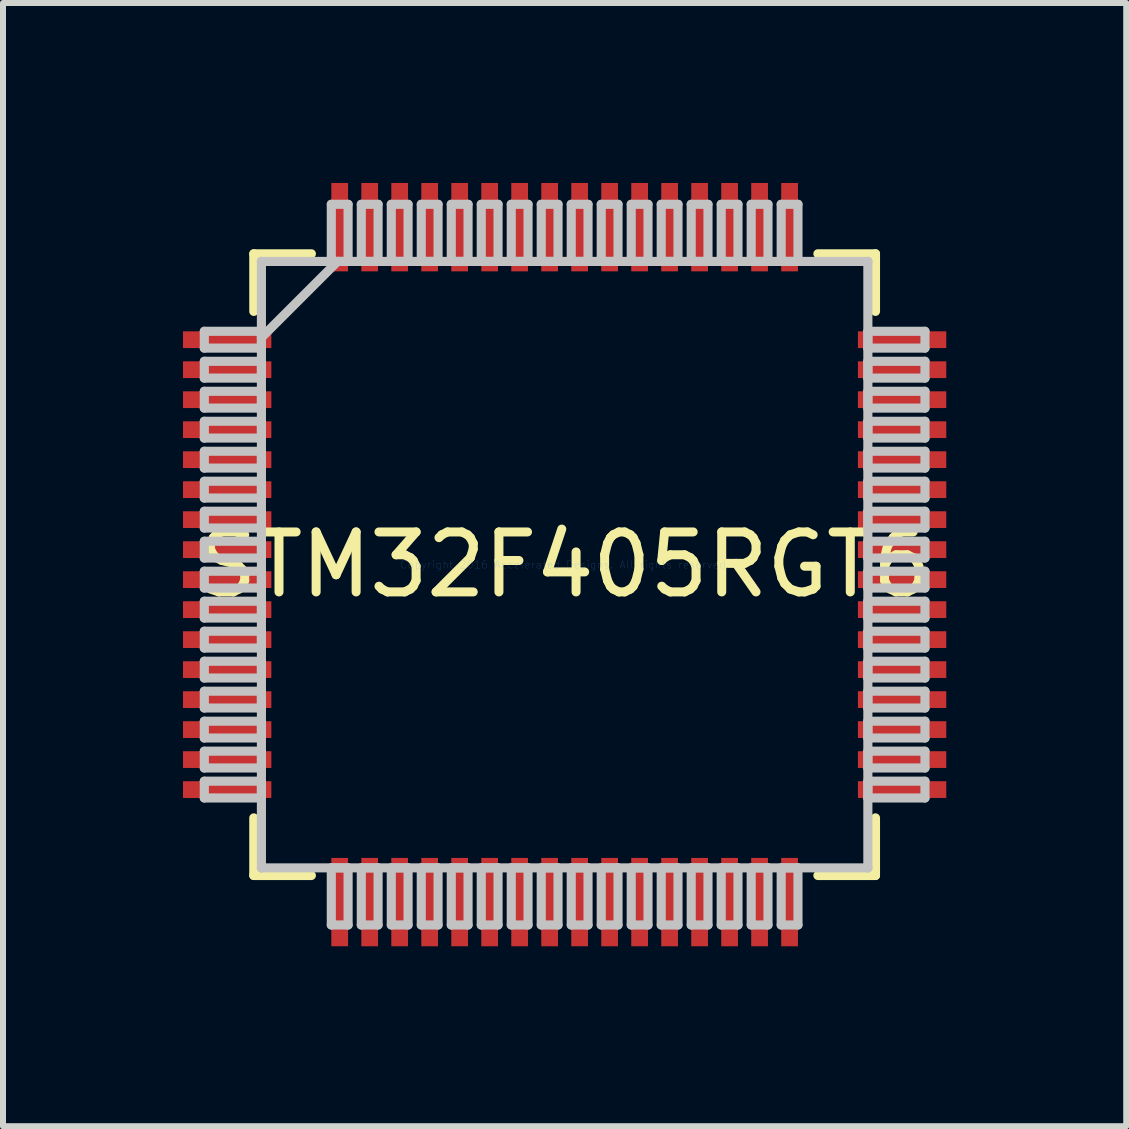
<source format=kicad_pcb>
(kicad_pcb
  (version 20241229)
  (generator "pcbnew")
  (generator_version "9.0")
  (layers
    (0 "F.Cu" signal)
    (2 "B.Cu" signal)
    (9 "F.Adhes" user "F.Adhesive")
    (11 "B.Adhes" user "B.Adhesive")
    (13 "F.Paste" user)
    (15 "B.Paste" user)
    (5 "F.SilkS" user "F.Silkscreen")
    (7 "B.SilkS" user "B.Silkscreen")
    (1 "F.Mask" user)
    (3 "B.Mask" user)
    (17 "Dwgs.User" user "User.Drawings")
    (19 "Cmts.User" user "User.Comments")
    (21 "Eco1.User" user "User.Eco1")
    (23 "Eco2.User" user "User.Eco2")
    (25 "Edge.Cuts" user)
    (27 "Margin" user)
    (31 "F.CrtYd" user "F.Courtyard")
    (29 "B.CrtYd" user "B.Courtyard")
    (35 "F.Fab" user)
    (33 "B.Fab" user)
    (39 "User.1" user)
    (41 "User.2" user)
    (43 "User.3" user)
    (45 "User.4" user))
  (footprint "STM32F405RGT6"
    (layer "F.Cu")
    (at 6.363 6.363)
    (property "Reference" "STM32F405RGT6" (at 0 0 0) (layer "F.SilkS") (effects (font (size 1 1) (thickness 0.15))))
    (attr through_hole)
    (fp_line (start -5.182 -5.182) (end -5.182 -4.222) (stroke (width 0.152) (type solid)) (layer "F.SilkS"))
    (fp_line (start -5.182 4.222) (end -5.182 5.182) (stroke (width 0.152) (type solid)) (layer "F.SilkS"))
    (fp_line (start -5.182 5.182) (end -4.222 5.182) (stroke (width 0.152) (type solid)) (layer "F.SilkS"))
    (fp_line (start -4.222 -5.182) (end -5.182 -5.182) (stroke (width 0.152) (type solid)) (layer "F.SilkS"))
    (fp_line (start 4.222 5.182) (end 5.182 5.182) (stroke (width 0.152) (type solid)) (layer "F.SilkS"))
    (fp_line (start 5.182 -5.182) (end 4.222 -5.182) (stroke (width 0.152) (type solid)) (layer "F.SilkS"))
    (fp_line (start 5.182 -4.222) (end 5.182 -5.182) (stroke (width 0.152) (type solid)) (layer "F.SilkS"))
    (fp_line (start 5.182 5.182) (end 5.182 4.222) (stroke (width 0.152) (type solid)) (layer "F.SilkS"))
    (fp_line (start -6.007 -3.89) (end -6.007 -3.61) (stroke (width 0.152) (type solid)) (layer "Dwgs.User"))
    (fp_line (start -6.007 -3.61) (end -5.055 -3.61) (stroke (width 0.152) (type solid)) (layer "Dwgs.User"))
    (fp_line (start -6.007 -3.39) (end -6.007 -3.11) (stroke (width 0.152) (type solid)) (layer "Dwgs.User"))
    (fp_line (start -6.007 -3.11) (end -5.055 -3.11) (stroke (width 0.152) (type solid)) (layer "Dwgs.User"))
    (fp_line (start -6.007 -2.89) (end -6.007 -2.61) (stroke (width 0.152) (type solid)) (layer "Dwgs.User"))
    (fp_line (start -6.007 -2.61) (end -5.055 -2.61) (stroke (width 0.152) (type solid)) (layer "Dwgs.User"))
    (fp_line (start -6.007 -2.39) (end -6.007 -2.11) (stroke (width 0.152) (type solid)) (layer "Dwgs.User"))
    (fp_line (start -6.007 -2.11) (end -5.055 -2.11) (stroke (width 0.152) (type solid)) (layer "Dwgs.User"))
    (fp_line (start -6.007 -1.89) (end -6.007 -1.61) (stroke (width 0.152) (type solid)) (layer "Dwgs.User"))
    (fp_line (start -6.007 -1.61) (end -5.055 -1.61) (stroke (width 0.152) (type solid)) (layer "Dwgs.User"))
    (fp_line (start -6.007 -1.39) (end -6.007 -1.11) (stroke (width 0.152) (type solid)) (layer "Dwgs.User"))
    (fp_line (start -6.007 -1.11) (end -5.055 -1.11) (stroke (width 0.152) (type solid)) (layer "Dwgs.User"))
    (fp_line (start -6.007 -0.89) (end -6.007 -0.61) (stroke (width 0.152) (type solid)) (layer "Dwgs.User"))
    (fp_line (start -6.007 -0.61) (end -5.055 -0.61) (stroke (width 0.152) (type solid)) (layer "Dwgs.User"))
    (fp_line (start -6.007 -0.39) (end -6.007 -0.11) (stroke (width 0.152) (type solid)) (layer "Dwgs.User"))
    (fp_line (start -6.007 -0.11) (end -5.055 -0.11) (stroke (width 0.152) (type solid)) (layer "Dwgs.User"))
    (fp_line (start -6.007 0.11) (end -6.007 0.39) (stroke (width 0.152) (type solid)) (layer "Dwgs.User"))
    (fp_line (start -6.007 0.39) (end -5.055 0.39) (stroke (width 0.152) (type solid)) (layer "Dwgs.User"))
    (fp_line (start -6.007 0.61) (end -6.007 0.89) (stroke (width 0.152) (type solid)) (layer "Dwgs.User"))
    (fp_line (start -6.007 0.89) (end -5.055 0.89) (stroke (width 0.152) (type solid)) (layer "Dwgs.User"))
    (fp_line (start -6.007 1.11) (end -6.007 1.39) (stroke (width 0.152) (type solid)) (layer "Dwgs.User"))
    (fp_line (start -6.007 1.39) (end -5.055 1.39) (stroke (width 0.152) (type solid)) (layer "Dwgs.User"))
    (fp_line (start -6.007 1.61) (end -6.007 1.89) (stroke (width 0.152) (type solid)) (layer "Dwgs.User"))
    (fp_line (start -6.007 1.89) (end -5.055 1.89) (stroke (width 0.152) (type solid)) (layer "Dwgs.User"))
    (fp_line (start -6.007 2.11) (end -6.007 2.39) (stroke (width 0.152) (type solid)) (layer "Dwgs.User"))
    (fp_line (start -6.007 2.39) (end -5.055 2.39) (stroke (width 0.152) (type solid)) (layer "Dwgs.User"))
    (fp_line (start -6.007 2.61) (end -6.007 2.89) (stroke (width 0.152) (type solid)) (layer "Dwgs.User"))
    (fp_line (start -6.007 2.89) (end -5.055 2.89) (stroke (width 0.152) (type solid)) (layer "Dwgs.User"))
    (fp_line (start -6.007 3.11) (end -6.007 3.39) (stroke (width 0.152) (type solid)) (layer "Dwgs.User"))
    (fp_line (start -6.007 3.39) (end -5.055 3.39) (stroke (width 0.152) (type solid)) (layer "Dwgs.User"))
    (fp_line (start -6.007 3.61) (end -6.007 3.89) (stroke (width 0.152) (type solid)) (layer "Dwgs.User"))
    (fp_line (start -6.007 3.89) (end -5.055 3.89) (stroke (width 0.152) (type solid)) (layer "Dwgs.User"))
    (fp_line (start -5.055 -5.055) (end -5.055 -5.055) (stroke (width 0.152) (type solid)) (layer "Dwgs.User"))
    (fp_line (start -5.055 -5.055) (end -5.055 5.055) (stroke (width 0.152) (type solid)) (layer "Dwgs.User"))
    (fp_line (start -5.055 -3.89) (end -6.007 -3.89) (stroke (width 0.152) (type solid)) (layer "Dwgs.User"))
    (fp_line (start -5.055 -3.785) (end -3.785 -5.055) (stroke (width 0.152) (type solid)) (layer "Dwgs.User"))
    (fp_line (start -5.055 -3.61) (end -5.055 -3.89) (stroke (width 0.152) (type solid)) (layer "Dwgs.User"))
    (fp_line (start -5.055 -3.39) (end -6.007 -3.39) (stroke (width 0.152) (type solid)) (layer "Dwgs.User"))
    (fp_line (start -5.055 -3.11) (end -5.055 -3.39) (stroke (width 0.152) (type solid)) (layer "Dwgs.User"))
    (fp_line (start -5.055 -2.89) (end -6.007 -2.89) (stroke (width 0.152) (type solid)) (layer "Dwgs.User"))
    (fp_line (start -5.055 -2.61) (end -5.055 -2.89) (stroke (width 0.152) (type solid)) (layer "Dwgs.User"))
    (fp_line (start -5.055 -2.39) (end -6.007 -2.39) (stroke (width 0.152) (type solid)) (layer "Dwgs.User"))
    (fp_line (start -5.055 -2.11) (end -5.055 -2.39) (stroke (width 0.152) (type solid)) (layer "Dwgs.User"))
    (fp_line (start -5.055 -1.89) (end -6.007 -1.89) (stroke (width 0.152) (type solid)) (layer "Dwgs.User"))
    (fp_line (start -5.055 -1.61) (end -5.055 -1.89) (stroke (width 0.152) (type solid)) (layer "Dwgs.User"))
    (fp_line (start -5.055 -1.39) (end -6.007 -1.39) (stroke (width 0.152) (type solid)) (layer "Dwgs.User"))
    (fp_line (start -5.055 -1.11) (end -5.055 -1.39) (stroke (width 0.152) (type solid)) (layer "Dwgs.User"))
    (fp_line (start -5.055 -0.89) (end -6.007 -0.89) (stroke (width 0.152) (type solid)) (layer "Dwgs.User"))
    (fp_line (start -5.055 -0.61) (end -5.055 -0.89) (stroke (width 0.152) (type solid)) (layer "Dwgs.User"))
    (fp_line (start -5.055 -0.39) (end -6.007 -0.39) (stroke (width 0.152) (type solid)) (layer "Dwgs.User"))
    (fp_line (start -5.055 -0.11) (end -5.055 -0.39) (stroke (width 0.152) (type solid)) (layer "Dwgs.User"))
    (fp_line (start -5.055 0.11) (end -6.007 0.11) (stroke (width 0.152) (type solid)) (layer "Dwgs.User"))
    (fp_line (start -5.055 0.39) (end -5.055 0.11) (stroke (width 0.152) (type solid)) (layer "Dwgs.User"))
    (fp_line (start -5.055 0.61) (end -6.007 0.61) (stroke (width 0.152) (type solid)) (layer "Dwgs.User"))
    (fp_line (start -5.055 0.89) (end -5.055 0.61) (stroke (width 0.152) (type solid)) (layer "Dwgs.User"))
    (fp_line (start -5.055 1.11) (end -6.007 1.11) (stroke (width 0.152) (type solid)) (layer "Dwgs.User"))
    (fp_line (start -5.055 1.39) (end -5.055 1.11) (stroke (width 0.152) (type solid)) (layer "Dwgs.User"))
    (fp_line (start -5.055 1.61) (end -6.007 1.61) (stroke (width 0.152) (type solid)) (layer "Dwgs.User"))
    (fp_line (start -5.055 1.89) (end -5.055 1.61) (stroke (width 0.152) (type solid)) (layer "Dwgs.User"))
    (fp_line (start -5.055 2.11) (end -6.007 2.11) (stroke (width 0.152) (type solid)) (layer "Dwgs.User"))
    (fp_line (start -5.055 2.39) (end -5.055 2.11) (stroke (width 0.152) (type solid)) (layer "Dwgs.User"))
    (fp_line (start -5.055 2.61) (end -6.007 2.61) (stroke (width 0.152) (type solid)) (layer "Dwgs.User"))
    (fp_line (start -5.055 2.89) (end -5.055 2.61) (stroke (width 0.152) (type solid)) (layer "Dwgs.User"))
    (fp_line (start -5.055 3.11) (end -6.007 3.11) (stroke (width 0.152) (type solid)) (layer "Dwgs.User"))
    (fp_line (start -5.055 3.39) (end -5.055 3.11) (stroke (width 0.152) (type solid)) (layer "Dwgs.User"))
    (fp_line (start -5.055 3.61) (end -6.007 3.61) (stroke (width 0.152) (type solid)) (layer "Dwgs.User"))
    (fp_line (start -5.055 3.89) (end -5.055 3.61) (stroke (width 0.152) (type solid)) (layer "Dwgs.User"))
    (fp_line (start -5.055 5.055) (end -5.055 5.055) (stroke (width 0.152) (type solid)) (layer "Dwgs.User"))
    (fp_line (start -5.055 5.055) (end 5.055 5.055) (stroke (width 0.152) (type solid)) (layer "Dwgs.User"))
    (fp_line (start -3.89 -6.007) (end -3.89 -5.055) (stroke (width 0.152) (type solid)) (layer "Dwgs.User"))
    (fp_line (start -3.89 -5.055) (end -3.61 -5.055) (stroke (width 0.152) (type solid)) (layer "Dwgs.User"))
    (fp_line (start -3.89 5.055) (end -3.89 6.007) (stroke (width 0.152) (type solid)) (layer "Dwgs.User"))
    (fp_line (start -3.89 6.007) (end -3.61 6.007) (stroke (width 0.152) (type solid)) (layer "Dwgs.User"))
    (fp_line (start -3.61 -6.007) (end -3.89 -6.007) (stroke (width 0.152) (type solid)) (layer "Dwgs.User"))
    (fp_line (start -3.61 -5.055) (end -3.61 -6.007) (stroke (width 0.152) (type solid)) (layer "Dwgs.User"))
    (fp_line (start -3.61 5.055) (end -3.89 5.055) (stroke (width 0.152) (type solid)) (layer "Dwgs.User"))
    (fp_line (start -3.61 6.007) (end -3.61 5.055) (stroke (width 0.152) (type solid)) (layer "Dwgs.User"))
    (fp_line (start -3.39 -6.007) (end -3.39 -5.055) (stroke (width 0.152) (type solid)) (layer "Dwgs.User"))
    (fp_line (start -3.39 -5.055) (end -3.11 -5.055) (stroke (width 0.152) (type solid)) (layer "Dwgs.User"))
    (fp_line (start -3.39 5.055) (end -3.39 6.007) (stroke (width 0.152) (type solid)) (layer "Dwgs.User"))
    (fp_line (start -3.39 6.007) (end -3.11 6.007) (stroke (width 0.152) (type solid)) (layer "Dwgs.User"))
    (fp_line (start -3.11 -6.007) (end -3.39 -6.007) (stroke (width 0.152) (type solid)) (layer "Dwgs.User"))
    (fp_line (start -3.11 -5.055) (end -3.11 -6.007) (stroke (width 0.152) (type solid)) (layer "Dwgs.User"))
    (fp_line (start -3.11 5.055) (end -3.39 5.055) (stroke (width 0.152) (type solid)) (layer "Dwgs.User"))
    (fp_line (start -3.11 6.007) (end -3.11 5.055) (stroke (width 0.152) (type solid)) (layer "Dwgs.User"))
    (fp_line (start -2.89 -6.007) (end -2.89 -5.055) (stroke (width 0.152) (type solid)) (layer "Dwgs.User"))
    (fp_line (start -2.89 -5.055) (end -2.61 -5.055) (stroke (width 0.152) (type solid)) (layer "Dwgs.User"))
    (fp_line (start -2.89 5.055) (end -2.89 6.007) (stroke (width 0.152) (type solid)) (layer "Dwgs.User"))
    (fp_line (start -2.89 6.007) (end -2.61 6.007) (stroke (width 0.152) (type solid)) (layer "Dwgs.User"))
    (fp_line (start -2.61 -6.007) (end -2.89 -6.007) (stroke (width 0.152) (type solid)) (layer "Dwgs.User"))
    (fp_line (start -2.61 -5.055) (end -2.61 -6.007) (stroke (width 0.152) (type solid)) (layer "Dwgs.User"))
    (fp_line (start -2.61 5.055) (end -2.89 5.055) (stroke (width 0.152) (type solid)) (layer "Dwgs.User"))
    (fp_line (start -2.61 6.007) (end -2.61 5.055) (stroke (width 0.152) (type solid)) (layer "Dwgs.User"))
    (fp_line (start -2.39 -6.007) (end -2.39 -5.055) (stroke (width 0.152) (type solid)) (layer "Dwgs.User"))
    (fp_line (start -2.39 -5.055) (end -2.11 -5.055) (stroke (width 0.152) (type solid)) (layer "Dwgs.User"))
    (fp_line (start -2.39 5.055) (end -2.39 6.007) (stroke (width 0.152) (type solid)) (layer "Dwgs.User"))
    (fp_line (start -2.39 6.007) (end -2.11 6.007) (stroke (width 0.152) (type solid)) (layer "Dwgs.User"))
    (fp_line (start -2.11 -6.007) (end -2.39 -6.007) (stroke (width 0.152) (type solid)) (layer "Dwgs.User"))
    (fp_line (start -2.11 -5.055) (end -2.11 -6.007) (stroke (width 0.152) (type solid)) (layer "Dwgs.User"))
    (fp_line (start -2.11 5.055) (end -2.39 5.055) (stroke (width 0.152) (type solid)) (layer "Dwgs.User"))
    (fp_line (start -2.11 6.007) (end -2.11 5.055) (stroke (width 0.152) (type solid)) (layer "Dwgs.User"))
    (fp_line (start -1.89 -6.007) (end -1.89 -5.055) (stroke (width 0.152) (type solid)) (layer "Dwgs.User"))
    (fp_line (start -1.89 -5.055) (end -1.61 -5.055) (stroke (width 0.152) (type solid)) (layer "Dwgs.User"))
    (fp_line (start -1.89 5.055) (end -1.89 6.007) (stroke (width 0.152) (type solid)) (layer "Dwgs.User"))
    (fp_line (start -1.89 6.007) (end -1.61 6.007) (stroke (width 0.152) (type solid)) (layer "Dwgs.User"))
    (fp_line (start -1.61 -6.007) (end -1.89 -6.007) (stroke (width 0.152) (type solid)) (layer "Dwgs.User"))
    (fp_line (start -1.61 -5.055) (end -1.61 -6.007) (stroke (width 0.152) (type solid)) (layer "Dwgs.User"))
    (fp_line (start -1.61 5.055) (end -1.89 5.055) (stroke (width 0.152) (type solid)) (layer "Dwgs.User"))
    (fp_line (start -1.61 6.007) (end -1.61 5.055) (stroke (width 0.152) (type solid)) (layer "Dwgs.User"))
    (fp_line (start -1.39 -6.007) (end -1.39 -5.055) (stroke (width 0.152) (type solid)) (layer "Dwgs.User"))
    (fp_line (start -1.39 -5.055) (end -1.11 -5.055) (stroke (width 0.152) (type solid)) (layer "Dwgs.User"))
    (fp_line (start -1.39 5.055) (end -1.39 6.007) (stroke (width 0.152) (type solid)) (layer "Dwgs.User"))
    (fp_line (start -1.39 6.007) (end -1.11 6.007) (stroke (width 0.152) (type solid)) (layer "Dwgs.User"))
    (fp_line (start -1.11 -6.007) (end -1.39 -6.007) (stroke (width 0.152) (type solid)) (layer "Dwgs.User"))
    (fp_line (start -1.11 -5.055) (end -1.11 -6.007) (stroke (width 0.152) (type solid)) (layer "Dwgs.User"))
    (fp_line (start -1.11 5.055) (end -1.39 5.055) (stroke (width 0.152) (type solid)) (layer "Dwgs.User"))
    (fp_line (start -1.11 6.007) (end -1.11 5.055) (stroke (width 0.152) (type solid)) (layer "Dwgs.User"))
    (fp_line (start -0.89 -6.007) (end -0.89 -5.055) (stroke (width 0.152) (type solid)) (layer "Dwgs.User"))
    (fp_line (start -0.89 -5.055) (end -0.61 -5.055) (stroke (width 0.152) (type solid)) (layer "Dwgs.User"))
    (fp_line (start -0.89 5.055) (end -0.89 6.007) (stroke (width 0.152) (type solid)) (layer "Dwgs.User"))
    (fp_line (start -0.89 6.007) (end -0.61 6.007) (stroke (width 0.152) (type solid)) (layer "Dwgs.User"))
    (fp_line (start -0.61 -6.007) (end -0.89 -6.007) (stroke (width 0.152) (type solid)) (layer "Dwgs.User"))
    (fp_line (start -0.61 -5.055) (end -0.61 -6.007) (stroke (width 0.152) (type solid)) (layer "Dwgs.User"))
    (fp_line (start -0.61 5.055) (end -0.89 5.055) (stroke (width 0.152) (type solid)) (layer "Dwgs.User"))
    (fp_line (start -0.61 6.007) (end -0.61 5.055) (stroke (width 0.152) (type solid)) (layer "Dwgs.User"))
    (fp_line (start -0.39 -6.007) (end -0.39 -5.055) (stroke (width 0.152) (type solid)) (layer "Dwgs.User"))
    (fp_line (start -0.39 -5.055) (end -0.11 -5.055) (stroke (width 0.152) (type solid)) (layer "Dwgs.User"))
    (fp_line (start -0.39 5.055) (end -0.39 6.007) (stroke (width 0.152) (type solid)) (layer "Dwgs.User"))
    (fp_line (start -0.39 6.007) (end -0.11 6.007) (stroke (width 0.152) (type solid)) (layer "Dwgs.User"))
    (fp_line (start -0.11 -6.007) (end -0.39 -6.007) (stroke (width 0.152) (type solid)) (layer "Dwgs.User"))
    (fp_line (start -0.11 -5.055) (end -0.11 -6.007) (stroke (width 0.152) (type solid)) (layer "Dwgs.User"))
    (fp_line (start -0.11 5.055) (end -0.39 5.055) (stroke (width 0.152) (type solid)) (layer "Dwgs.User"))
    (fp_line (start -0.11 6.007) (end -0.11 5.055) (stroke (width 0.152) (type solid)) (layer "Dwgs.User"))
    (fp_line (start 0.11 -6.007) (end 0.11 -5.055) (stroke (width 0.152) (type solid)) (layer "Dwgs.User"))
    (fp_line (start 0.11 -5.055) (end 0.39 -5.055) (stroke (width 0.152) (type solid)) (layer "Dwgs.User"))
    (fp_line (start 0.11 5.055) (end 0.11 6.007) (stroke (width 0.152) (type solid)) (layer "Dwgs.User"))
    (fp_line (start 0.11 6.007) (end 0.39 6.007) (stroke (width 0.152) (type solid)) (layer "Dwgs.User"))
    (fp_line (start 0.39 -6.007) (end 0.11 -6.007) (stroke (width 0.152) (type solid)) (layer "Dwgs.User"))
    (fp_line (start 0.39 -5.055) (end 0.39 -6.007) (stroke (width 0.152) (type solid)) (layer "Dwgs.User"))
    (fp_line (start 0.39 5.055) (end 0.11 5.055) (stroke (width 0.152) (type solid)) (layer "Dwgs.User"))
    (fp_line (start 0.39 6.007) (end 0.39 5.055) (stroke (width 0.152) (type solid)) (layer "Dwgs.User"))
    (fp_line (start 0.61 -6.007) (end 0.61 -5.055) (stroke (width 0.152) (type solid)) (layer "Dwgs.User"))
    (fp_line (start 0.61 -5.055) (end 0.89 -5.055) (stroke (width 0.152) (type solid)) (layer "Dwgs.User"))
    (fp_line (start 0.61 5.055) (end 0.61 6.007) (stroke (width 0.152) (type solid)) (layer "Dwgs.User"))
    (fp_line (start 0.61 6.007) (end 0.89 6.007) (stroke (width 0.152) (type solid)) (layer "Dwgs.User"))
    (fp_line (start 0.89 -6.007) (end 0.61 -6.007) (stroke (width 0.152) (type solid)) (layer "Dwgs.User"))
    (fp_line (start 0.89 -5.055) (end 0.89 -6.007) (stroke (width 0.152) (type solid)) (layer "Dwgs.User"))
    (fp_line (start 0.89 5.055) (end 0.61 5.055) (stroke (width 0.152) (type solid)) (layer "Dwgs.User"))
    (fp_line (start 0.89 6.007) (end 0.89 5.055) (stroke (width 0.152) (type solid)) (layer "Dwgs.User"))
    (fp_line (start 1.11 -6.007) (end 1.11 -5.055) (stroke (width 0.152) (type solid)) (layer "Dwgs.User"))
    (fp_line (start 1.11 -5.055) (end 1.39 -5.055) (stroke (width 0.152) (type solid)) (layer "Dwgs.User"))
    (fp_line (start 1.11 5.055) (end 1.11 6.007) (stroke (width 0.152) (type solid)) (layer "Dwgs.User"))
    (fp_line (start 1.11 6.007) (end 1.39 6.007) (stroke (width 0.152) (type solid)) (layer "Dwgs.User"))
    (fp_line (start 1.39 -6.007) (end 1.11 -6.007) (stroke (width 0.152) (type solid)) (layer "Dwgs.User"))
    (fp_line (start 1.39 -5.055) (end 1.39 -6.007) (stroke (width 0.152) (type solid)) (layer "Dwgs.User"))
    (fp_line (start 1.39 5.055) (end 1.11 5.055) (stroke (width 0.152) (type solid)) (layer "Dwgs.User"))
    (fp_line (start 1.39 6.007) (end 1.39 5.055) (stroke (width 0.152) (type solid)) (layer "Dwgs.User"))
    (fp_line (start 1.61 -6.007) (end 1.61 -5.055) (stroke (width 0.152) (type solid)) (layer "Dwgs.User"))
    (fp_line (start 1.61 -5.055) (end 1.89 -5.055) (stroke (width 0.152) (type solid)) (layer "Dwgs.User"))
    (fp_line (start 1.61 5.055) (end 1.61 6.007) (stroke (width 0.152) (type solid)) (layer "Dwgs.User"))
    (fp_line (start 1.61 6.007) (end 1.89 6.007) (stroke (width 0.152) (type solid)) (layer "Dwgs.User"))
    (fp_line (start 1.89 -6.007) (end 1.61 -6.007) (stroke (width 0.152) (type solid)) (layer "Dwgs.User"))
    (fp_line (start 1.89 -5.055) (end 1.89 -6.007) (stroke (width 0.152) (type solid)) (layer "Dwgs.User"))
    (fp_line (start 1.89 5.055) (end 1.61 5.055) (stroke (width 0.152) (type solid)) (layer "Dwgs.User"))
    (fp_line (start 1.89 6.007) (end 1.89 5.055) (stroke (width 0.152) (type solid)) (layer "Dwgs.User"))
    (fp_line (start 2.11 -6.007) (end 2.11 -5.055) (stroke (width 0.152) (type solid)) (layer "Dwgs.User"))
    (fp_line (start 2.11 -5.055) (end 2.39 -5.055) (stroke (width 0.152) (type solid)) (layer "Dwgs.User"))
    (fp_line (start 2.11 5.055) (end 2.11 6.007) (stroke (width 0.152) (type solid)) (layer "Dwgs.User"))
    (fp_line (start 2.11 6.007) (end 2.39 6.007) (stroke (width 0.152) (type solid)) (layer "Dwgs.User"))
    (fp_line (start 2.39 -6.007) (end 2.11 -6.007) (stroke (width 0.152) (type solid)) (layer "Dwgs.User"))
    (fp_line (start 2.39 -5.055) (end 2.39 -6.007) (stroke (width 0.152) (type solid)) (layer "Dwgs.User"))
    (fp_line (start 2.39 5.055) (end 2.11 5.055) (stroke (width 0.152) (type solid)) (layer "Dwgs.User"))
    (fp_line (start 2.39 6.007) (end 2.39 5.055) (stroke (width 0.152) (type solid)) (layer "Dwgs.User"))
    (fp_line (start 2.61 -6.007) (end 2.61 -5.055) (stroke (width 0.152) (type solid)) (layer "Dwgs.User"))
    (fp_line (start 2.61 -5.055) (end 2.89 -5.055) (stroke (width 0.152) (type solid)) (layer "Dwgs.User"))
    (fp_line (start 2.61 5.055) (end 2.61 6.007) (stroke (width 0.152) (type solid)) (layer "Dwgs.User"))
    (fp_line (start 2.61 6.007) (end 2.89 6.007) (stroke (width 0.152) (type solid)) (layer "Dwgs.User"))
    (fp_line (start 2.89 -6.007) (end 2.61 -6.007) (stroke (width 0.152) (type solid)) (layer "Dwgs.User"))
    (fp_line (start 2.89 -5.055) (end 2.89 -6.007) (stroke (width 0.152) (type solid)) (layer "Dwgs.User"))
    (fp_line (start 2.89 5.055) (end 2.61 5.055) (stroke (width 0.152) (type solid)) (layer "Dwgs.User"))
    (fp_line (start 2.89 6.007) (end 2.89 5.055) (stroke (width 0.152) (type solid)) (layer "Dwgs.User"))
    (fp_line (start 3.11 -6.007) (end 3.11 -5.055) (stroke (width 0.152) (type solid)) (layer "Dwgs.User"))
    (fp_line (start 3.11 -5.055) (end 3.39 -5.055) (stroke (width 0.152) (type solid)) (layer "Dwgs.User"))
    (fp_line (start 3.11 5.055) (end 3.11 6.007) (stroke (width 0.152) (type solid)) (layer "Dwgs.User"))
    (fp_line (start 3.11 6.007) (end 3.39 6.007) (stroke (width 0.152) (type solid)) (layer "Dwgs.User"))
    (fp_line (start 3.39 -6.007) (end 3.11 -6.007) (stroke (width 0.152) (type solid)) (layer "Dwgs.User"))
    (fp_line (start 3.39 -5.055) (end 3.39 -6.007) (stroke (width 0.152) (type solid)) (layer "Dwgs.User"))
    (fp_line (start 3.39 5.055) (end 3.11 5.055) (stroke (width 0.152) (type solid)) (layer "Dwgs.User"))
    (fp_line (start 3.39 6.007) (end 3.39 5.055) (stroke (width 0.152) (type solid)) (layer "Dwgs.User"))
    (fp_line (start 3.61 -6.007) (end 3.61 -5.055) (stroke (width 0.152) (type solid)) (layer "Dwgs.User"))
    (fp_line (start 3.61 -5.055) (end 3.89 -5.055) (stroke (width 0.152) (type solid)) (layer "Dwgs.User"))
    (fp_line (start 3.61 5.055) (end 3.61 6.007) (stroke (width 0.152) (type solid)) (layer "Dwgs.User"))
    (fp_line (start 3.61 6.007) (end 3.89 6.007) (stroke (width 0.152) (type solid)) (layer "Dwgs.User"))
    (fp_line (start 3.89 -6.007) (end 3.61 -6.007) (stroke (width 0.152) (type solid)) (layer "Dwgs.User"))
    (fp_line (start 3.89 -5.055) (end 3.89 -6.007) (stroke (width 0.152) (type solid)) (layer "Dwgs.User"))
    (fp_line (start 3.89 5.055) (end 3.61 5.055) (stroke (width 0.152) (type solid)) (layer "Dwgs.User"))
    (fp_line (start 3.89 6.007) (end 3.89 5.055) (stroke (width 0.152) (type solid)) (layer "Dwgs.User"))
    (fp_line (start 5.055 -5.055) (end -5.055 -5.055) (stroke (width 0.152) (type solid)) (layer "Dwgs.User"))
    (fp_line (start 5.055 -5.055) (end 5.055 -5.055) (stroke (width 0.152) (type solid)) (layer "Dwgs.User"))
    (fp_line (start 5.055 -3.89) (end 5.055 -3.61) (stroke (width 0.152) (type solid)) (layer "Dwgs.User"))
    (fp_line (start 5.055 -3.61) (end 6.007 -3.61) (stroke (width 0.152) (type solid)) (layer "Dwgs.User"))
    (fp_line (start 5.055 -3.39) (end 5.055 -3.11) (stroke (width 0.152) (type solid)) (layer "Dwgs.User"))
    (fp_line (start 5.055 -3.11) (end 6.007 -3.11) (stroke (width 0.152) (type solid)) (layer "Dwgs.User"))
    (fp_line (start 5.055 -2.89) (end 5.055 -2.61) (stroke (width 0.152) (type solid)) (layer "Dwgs.User"))
    (fp_line (start 5.055 -2.61) (end 6.007 -2.61) (stroke (width 0.152) (type solid)) (layer "Dwgs.User"))
    (fp_line (start 5.055 -2.39) (end 5.055 -2.11) (stroke (width 0.152) (type solid)) (layer "Dwgs.User"))
    (fp_line (start 5.055 -2.11) (end 6.007 -2.11) (stroke (width 0.152) (type solid)) (layer "Dwgs.User"))
    (fp_line (start 5.055 -1.89) (end 5.055 -1.61) (stroke (width 0.152) (type solid)) (layer "Dwgs.User"))
    (fp_line (start 5.055 -1.61) (end 6.007 -1.61) (stroke (width 0.152) (type solid)) (layer "Dwgs.User"))
    (fp_line (start 5.055 -1.39) (end 5.055 -1.11) (stroke (width 0.152) (type solid)) (layer "Dwgs.User"))
    (fp_line (start 5.055 -1.11) (end 6.007 -1.11) (stroke (width 0.152) (type solid)) (layer "Dwgs.User"))
    (fp_line (start 5.055 -0.89) (end 5.055 -0.61) (stroke (width 0.152) (type solid)) (layer "Dwgs.User"))
    (fp_line (start 5.055 -0.61) (end 6.007 -0.61) (stroke (width 0.152) (type solid)) (layer "Dwgs.User"))
    (fp_line (start 5.055 -0.39) (end 5.055 -0.11) (stroke (width 0.152) (type solid)) (layer "Dwgs.User"))
    (fp_line (start 5.055 -0.11) (end 6.007 -0.11) (stroke (width 0.152) (type solid)) (layer "Dwgs.User"))
    (fp_line (start 5.055 0.11) (end 5.055 0.39) (stroke (width 0.152) (type solid)) (layer "Dwgs.User"))
    (fp_line (start 5.055 0.39) (end 6.007 0.39) (stroke (width 0.152) (type solid)) (layer "Dwgs.User"))
    (fp_line (start 5.055 0.61) (end 5.055 0.89) (stroke (width 0.152) (type solid)) (layer "Dwgs.User"))
    (fp_line (start 5.055 0.89) (end 6.007 0.89) (stroke (width 0.152) (type solid)) (layer "Dwgs.User"))
    (fp_line (start 5.055 1.11) (end 5.055 1.39) (stroke (width 0.152) (type solid)) (layer "Dwgs.User"))
    (fp_line (start 5.055 1.39) (end 6.007 1.39) (stroke (width 0.152) (type solid)) (layer "Dwgs.User"))
    (fp_line (start 5.055 1.61) (end 5.055 1.89) (stroke (width 0.152) (type solid)) (layer "Dwgs.User"))
    (fp_line (start 5.055 1.89) (end 6.007 1.89) (stroke (width 0.152) (type solid)) (layer "Dwgs.User"))
    (fp_line (start 5.055 2.11) (end 5.055 2.39) (stroke (width 0.152) (type solid)) (layer "Dwgs.User"))
    (fp_line (start 5.055 2.39) (end 6.007 2.39) (stroke (width 0.152) (type solid)) (layer "Dwgs.User"))
    (fp_line (start 5.055 2.61) (end 5.055 2.89) (stroke (width 0.152) (type solid)) (layer "Dwgs.User"))
    (fp_line (start 5.055 2.89) (end 6.007 2.89) (stroke (width 0.152) (type solid)) (layer "Dwgs.User"))
    (fp_line (start 5.055 3.11) (end 5.055 3.39) (stroke (width 0.152) (type solid)) (layer "Dwgs.User"))
    (fp_line (start 5.055 3.39) (end 6.007 3.39) (stroke (width 0.152) (type solid)) (layer "Dwgs.User"))
    (fp_line (start 5.055 3.61) (end 5.055 3.89) (stroke (width 0.152) (type solid)) (layer "Dwgs.User"))
    (fp_line (start 5.055 3.89) (end 6.007 3.89) (stroke (width 0.152) (type solid)) (layer "Dwgs.User"))
    (fp_line (start 5.055 5.055) (end 5.055 -5.055) (stroke (width 0.152) (type solid)) (layer "Dwgs.User"))
    (fp_line (start 5.055 5.055) (end 5.055 5.055) (stroke (width 0.152) (type solid)) (layer "Dwgs.User"))
    (fp_line (start 6.007 -3.89) (end 5.055 -3.89) (stroke (width 0.152) (type solid)) (layer "Dwgs.User"))
    (fp_line (start 6.007 -3.61) (end 6.007 -3.89) (stroke (width 0.152) (type solid)) (layer "Dwgs.User"))
    (fp_line (start 6.007 -3.39) (end 5.055 -3.39) (stroke (width 0.152) (type solid)) (layer "Dwgs.User"))
    (fp_line (start 6.007 -3.11) (end 6.007 -3.39) (stroke (width 0.152) (type solid)) (layer "Dwgs.User"))
    (fp_line (start 6.007 -2.89) (end 5.055 -2.89) (stroke (width 0.152) (type solid)) (layer "Dwgs.User"))
    (fp_line (start 6.007 -2.61) (end 6.007 -2.89) (stroke (width 0.152) (type solid)) (layer "Dwgs.User"))
    (fp_line (start 6.007 -2.39) (end 5.055 -2.39) (stroke (width 0.152) (type solid)) (layer "Dwgs.User"))
    (fp_line (start 6.007 -2.11) (end 6.007 -2.39) (stroke (width 0.152) (type solid)) (layer "Dwgs.User"))
    (fp_line (start 6.007 -1.89) (end 5.055 -1.89) (stroke (width 0.152) (type solid)) (layer "Dwgs.User"))
    (fp_line (start 6.007 -1.61) (end 6.007 -1.89) (stroke (width 0.152) (type solid)) (layer "Dwgs.User"))
    (fp_line (start 6.007 -1.39) (end 5.055 -1.39) (stroke (width 0.152) (type solid)) (layer "Dwgs.User"))
    (fp_line (start 6.007 -1.11) (end 6.007 -1.39) (stroke (width 0.152) (type solid)) (layer "Dwgs.User"))
    (fp_line (start 6.007 -0.89) (end 5.055 -0.89) (stroke (width 0.152) (type solid)) (layer "Dwgs.User"))
    (fp_line (start 6.007 -0.61) (end 6.007 -0.89) (stroke (width 0.152) (type solid)) (layer "Dwgs.User"))
    (fp_line (start 6.007 -0.39) (end 5.055 -0.39) (stroke (width 0.152) (type solid)) (layer "Dwgs.User"))
    (fp_line (start 6.007 -0.11) (end 6.007 -0.39) (stroke (width 0.152) (type solid)) (layer "Dwgs.User"))
    (fp_line (start 6.007 0.11) (end 5.055 0.11) (stroke (width 0.152) (type solid)) (layer "Dwgs.User"))
    (fp_line (start 6.007 0.39) (end 6.007 0.11) (stroke (width 0.152) (type solid)) (layer "Dwgs.User"))
    (fp_line (start 6.007 0.61) (end 5.055 0.61) (stroke (width 0.152) (type solid)) (layer "Dwgs.User"))
    (fp_line (start 6.007 0.89) (end 6.007 0.61) (stroke (width 0.152) (type solid)) (layer "Dwgs.User"))
    (fp_line (start 6.007 1.11) (end 5.055 1.11) (stroke (width 0.152) (type solid)) (layer "Dwgs.User"))
    (fp_line (start 6.007 1.39) (end 6.007 1.11) (stroke (width 0.152) (type solid)) (layer "Dwgs.User"))
    (fp_line (start 6.007 1.61) (end 5.055 1.61) (stroke (width 0.152) (type solid)) (layer "Dwgs.User"))
    (fp_line (start 6.007 1.89) (end 6.007 1.61) (stroke (width 0.152) (type solid)) (layer "Dwgs.User"))
    (fp_line (start 6.007 2.11) (end 5.055 2.11) (stroke (width 0.152) (type solid)) (layer "Dwgs.User"))
    (fp_line (start 6.007 2.39) (end 6.007 2.11) (stroke (width 0.152) (type solid)) (layer "Dwgs.User"))
    (fp_line (start 6.007 2.61) (end 5.055 2.61) (stroke (width 0.152) (type solid)) (layer "Dwgs.User"))
    (fp_line (start 6.007 2.89) (end 6.007 2.61) (stroke (width 0.152) (type solid)) (layer "Dwgs.User"))
    (fp_line (start 6.007 3.11) (end 5.055 3.11) (stroke (width 0.152) (type solid)) (layer "Dwgs.User"))
    (fp_line (start 6.007 3.39) (end 6.007 3.11) (stroke (width 0.152) (type solid)) (layer "Dwgs.User"))
    (fp_line (start 6.007 3.61) (end 5.055 3.61) (stroke (width 0.152) (type solid)) (layer "Dwgs.User"))
    (fp_line (start 6.007 3.89) (end 6.007 3.61) (stroke (width 0.152) (type solid)) (layer "Dwgs.User"))
    (fp_text user "Copyright 2016 Accelerated Designs. All rights reserved." (at 0 0 0) (layer "Cmts.User") (effects (font (size 0.127 0.127) (thickness 0.002))))
    (pad "1" smd rect (at -5.626 -3.75 90) (size 0.279 1.473) (layers "F.Cu"))
    (pad "2" smd rect (at -5.626 -3.25 90) (size 0.279 1.473) (layers "F.Cu"))
    (pad "3" smd rect (at -5.626 -2.75 90) (size 0.279 1.473) (layers "F.Cu"))
    (pad "4" smd rect (at -5.626 -2.25 90) (size 0.279 1.473) (layers "F.Cu"))
    (pad "5" smd rect (at -5.626 -1.75 90) (size 0.279 1.473) (layers "F.Cu"))
    (pad "6" smd rect (at -5.626 -1.25 90) (size 0.279 1.473) (layers "F.Cu"))
    (pad "7" smd rect (at -5.626 -0.75 90) (size 0.279 1.473) (layers "F.Cu"))
    (pad "8" smd rect (at -5.626 -0.25 90) (size 0.279 1.473) (layers "F.Cu"))
    (pad "9" smd rect (at -5.626 0.25 90) (size 0.279 1.473) (layers "F.Cu"))
    (pad "10" smd rect (at -5.626 0.75 90) (size 0.279 1.473) (layers "F.Cu"))
    (pad "11" smd rect (at -5.626 1.25 90) (size 0.279 1.473) (layers "F.Cu"))
    (pad "12" smd rect (at -5.626 1.75 90) (size 0.279 1.473) (layers "F.Cu"))
    (pad "13" smd rect (at -5.626 2.25 90) (size 0.279 1.473) (layers "F.Cu"))
    (pad "14" smd rect (at -5.626 2.75 90) (size 0.279 1.473) (layers "F.Cu"))
    (pad "15" smd rect (at -5.626 3.25 90) (size 0.279 1.473) (layers "F.Cu"))
    (pad "16" smd rect (at -5.626 3.75 90) (size 0.279 1.473) (layers "F.Cu"))
    (pad "17" smd rect (at -3.75 5.626) (size 0.279 1.473) (layers "F.Cu"))
    (pad "18" smd rect (at -3.25 5.626) (size 0.279 1.473) (layers "F.Cu"))
    (pad "19" smd rect (at -2.75 5.626) (size 0.279 1.473) (layers "F.Cu"))
    (pad "20" smd rect (at -2.25 5.626) (size 0.279 1.473) (layers "F.Cu"))
    (pad "21" smd rect (at -1.75 5.626) (size 0.279 1.473) (layers "F.Cu"))
    (pad "22" smd rect (at -1.25 5.626) (size 0.279 1.473) (layers "F.Cu"))
    (pad "23" smd rect (at -0.75 5.626) (size 0.279 1.473) (layers "F.Cu"))
    (pad "24" smd rect (at -0.25 5.626) (size 0.279 1.473) (layers "F.Cu"))
    (pad "25" smd rect (at 0.25 5.626) (size 0.279 1.473) (layers "F.Cu"))
    (pad "26" smd rect (at 0.75 5.626) (size 0.279 1.473) (layers "F.Cu"))
    (pad "27" smd rect (at 1.25 5.626) (size 0.279 1.473) (layers "F.Cu"))
    (pad "28" smd rect (at 1.75 5.626) (size 0.279 1.473) (layers "F.Cu"))
    (pad "29" smd rect (at 2.25 5.626) (size 0.279 1.473) (layers "F.Cu"))
    (pad "30" smd rect (at 2.75 5.626) (size 0.279 1.473) (layers "F.Cu"))
    (pad "31" smd rect (at 3.25 5.626) (size 0.279 1.473) (layers "F.Cu"))
    (pad "32" smd rect (at 3.75 5.626) (size 0.279 1.473) (layers "F.Cu"))
    (pad "33" smd rect (at 5.626 3.75 90) (size 0.279 1.473) (layers "F.Cu"))
    (pad "34" smd rect (at 5.626 3.25 90) (size 0.279 1.473) (layers "F.Cu"))
    (pad "35" smd rect (at 5.626 2.75 90) (size 0.279 1.473) (layers "F.Cu"))
    (pad "36" smd rect (at 5.626 2.25 90) (size 0.279 1.473) (layers "F.Cu"))
    (pad "37" smd rect (at 5.626 1.75 90) (size 0.279 1.473) (layers "F.Cu"))
    (pad "38" smd rect (at 5.626 1.25 90) (size 0.279 1.473) (layers "F.Cu"))
    (pad "39" smd rect (at 5.626 0.75 90) (size 0.279 1.473) (layers "F.Cu"))
    (pad "40" smd rect (at 5.626 0.25 90) (size 0.279 1.473) (layers "F.Cu"))
    (pad "41" smd rect (at 5.626 -0.25 90) (size 0.279 1.473) (layers "F.Cu"))
    (pad "42" smd rect (at 5.626 -0.75 90) (size 0.279 1.473) (layers "F.Cu"))
    (pad "43" smd rect (at 5.626 -1.25 90) (size 0.279 1.473) (layers "F.Cu"))
    (pad "44" smd rect (at 5.626 -1.75 90) (size 0.279 1.473) (layers "F.Cu"))
    (pad "45" smd rect (at 5.626 -2.25 90) (size 0.279 1.473) (layers "F.Cu"))
    (pad "46" smd rect (at 5.626 -2.75 90) (size 0.279 1.473) (layers "F.Cu"))
    (pad "47" smd rect (at 5.626 -3.25 90) (size 0.279 1.473) (layers "F.Cu"))
    (pad "48" smd rect (at 5.626 -3.75 90) (size 0.279 1.473) (layers "F.Cu"))
    (pad "49" smd rect (at 3.75 -5.626) (size 0.279 1.473) (layers "F.Cu"))
    (pad "50" smd rect (at 3.25 -5.626) (size 0.279 1.473) (layers "F.Cu"))
    (pad "51" smd rect (at 2.75 -5.626) (size 0.279 1.473) (layers "F.Cu"))
    (pad "52" smd rect (at 2.25 -5.626) (size 0.279 1.473) (layers "F.Cu"))
    (pad "53" smd rect (at 1.75 -5.626) (size 0.279 1.473) (layers "F.Cu"))
    (pad "54" smd rect (at 1.25 -5.626) (size 0.279 1.473) (layers "F.Cu"))
    (pad "55" smd rect (at 0.75 -5.626) (size 0.279 1.473) (layers "F.Cu"))
    (pad "56" smd rect (at 0.25 -5.626) (size 0.279 1.473) (layers "F.Cu"))
    (pad "57" smd rect (at -0.25 -5.626) (size 0.279 1.473) (layers "F.Cu"))
    (pad "58" smd rect (at -0.75 -5.626) (size 0.279 1.473) (layers "F.Cu"))
    (pad "59" smd rect (at -1.25 -5.626) (size 0.279 1.473) (layers "F.Cu"))
    (pad "60" smd rect (at -1.75 -5.626) (size 0.279 1.473) (layers "F.Cu"))
    (pad "61" smd rect (at -2.25 -5.626) (size 0.279 1.473) (layers "F.Cu"))
    (pad "62" smd rect (at -2.75 -5.626) (size 0.279 1.473) (layers "F.Cu"))
    (pad "63" smd rect (at -3.25 -5.626) (size 0.279 1.473) (layers "F.Cu"))
    (pad "64" smd rect (at -3.75 -5.626) (size 0.279 1.473) (layers "F.Cu")))
  (gr_rect
    (start -3 -3)
    (end 15.725 15.725)
    (stroke (width 0.1) (type default))
    (fill no)
    (layer "Edge.Cuts")))
</source>
